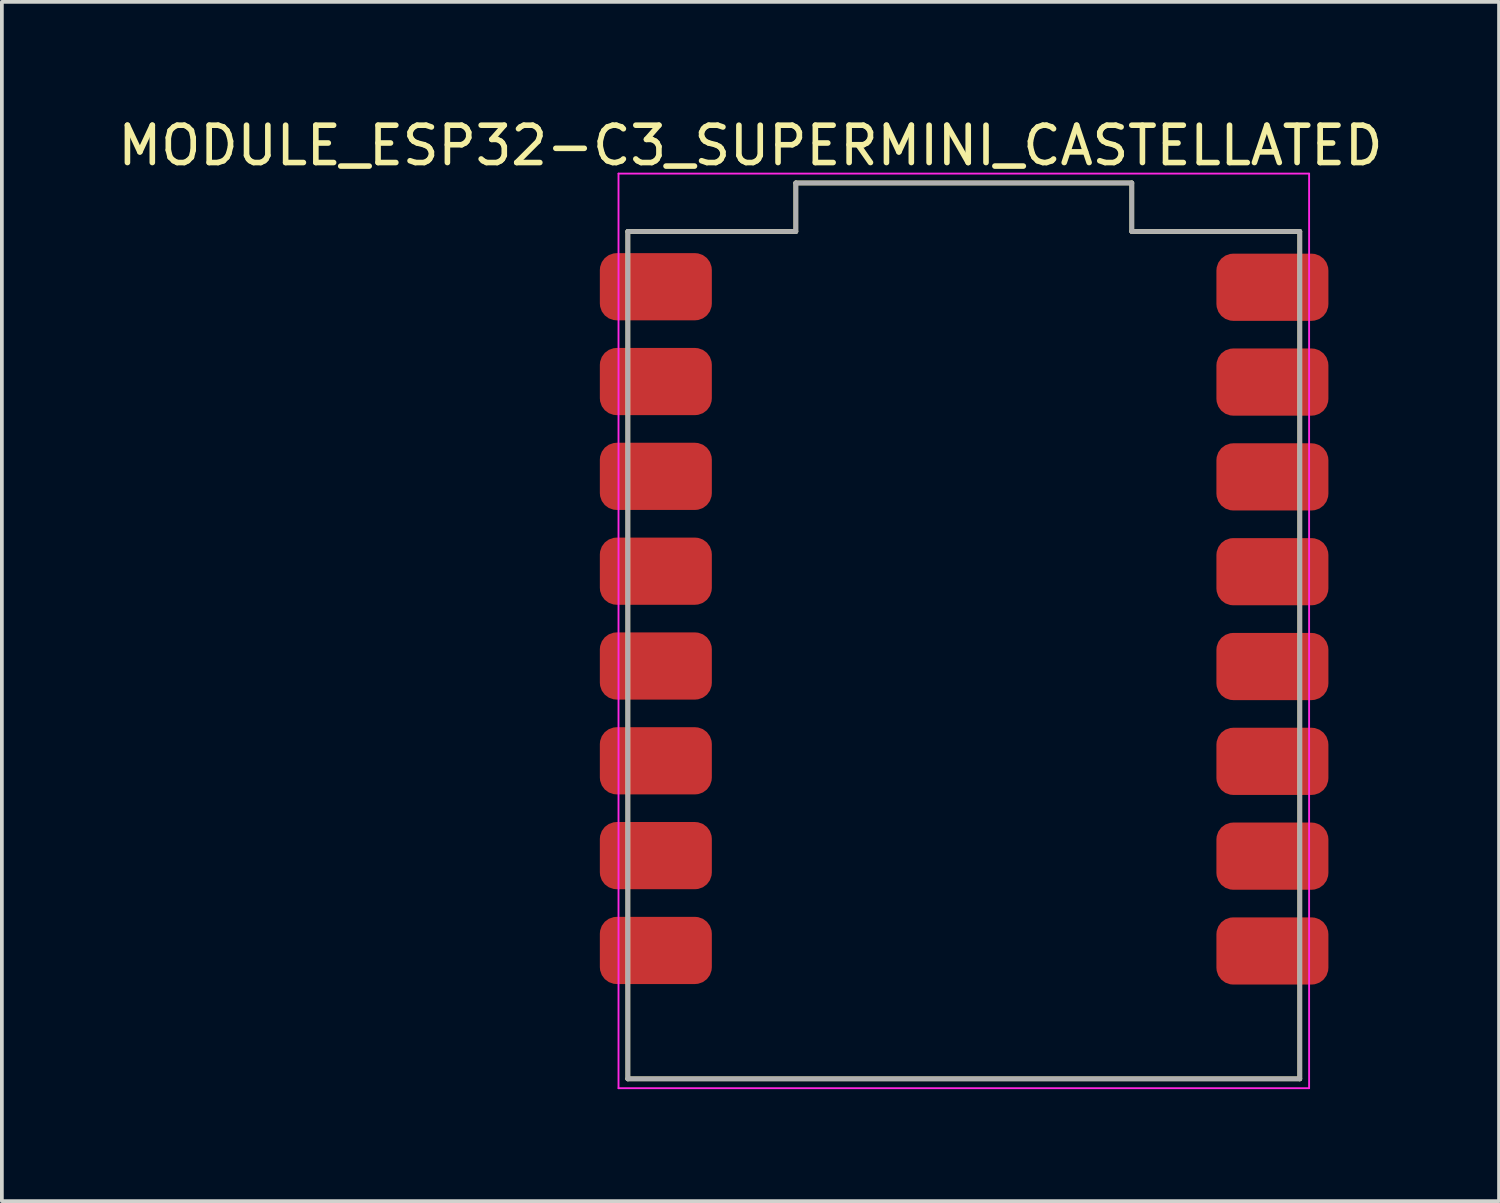
<source format=kicad_pcb>
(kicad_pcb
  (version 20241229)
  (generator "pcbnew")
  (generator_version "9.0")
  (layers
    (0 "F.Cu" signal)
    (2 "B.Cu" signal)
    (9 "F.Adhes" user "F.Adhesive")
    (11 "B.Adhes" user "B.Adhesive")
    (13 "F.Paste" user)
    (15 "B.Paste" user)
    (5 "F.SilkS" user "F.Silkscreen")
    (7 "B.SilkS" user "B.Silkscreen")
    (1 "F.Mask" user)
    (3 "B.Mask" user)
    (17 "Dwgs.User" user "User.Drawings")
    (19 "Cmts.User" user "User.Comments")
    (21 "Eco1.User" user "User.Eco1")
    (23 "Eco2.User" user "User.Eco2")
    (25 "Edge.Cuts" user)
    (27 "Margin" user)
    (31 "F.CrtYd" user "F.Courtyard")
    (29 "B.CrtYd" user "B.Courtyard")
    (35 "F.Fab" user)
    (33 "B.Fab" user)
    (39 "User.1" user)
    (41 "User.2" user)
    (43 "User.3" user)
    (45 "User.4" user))
  (footprint "MODULE_ESP32-C3_SUPERMINI_CASTELLATED"
    (layer "F.Cu")
    (at 22.769 14.501)
    (property "Reference" "MODULE_ESP32-C3_SUPERMINI_CASTELLATED" (at -5.715 -13.652 0) (layer "F.SilkS") (effects (font (size 1 1) (thickness 0.15))))
    (attr through_hole)
    (fp_line (start -9 11.35) (end -9 -11.35) (stroke (width 0.127) (type solid)) (layer "F.SilkS"))
    (fp_line (start -4.5 -12.65) (end -4.5 -11.35) (stroke (width 0.127) (type solid)) (layer "F.SilkS"))
    (fp_line (start -4.5 -11.35) (end -9 -11.35) (stroke (width 0.127) (type solid)) (layer "F.SilkS"))
    (fp_line (start 4.5 -12.65) (end -4.5 -12.65) (stroke (width 0.127) (type solid)) (layer "F.SilkS"))
    (fp_line (start 4.5 -12.65) (end 4.5 -11.35) (stroke (width 0.127) (type solid)) (layer "F.SilkS"))
    (fp_line (start 9 -11.35) (end 4.5 -11.35) (stroke (width 0.127) (type solid)) (layer "F.SilkS"))
    (fp_line (start 9 11.35) (end -9 11.35) (stroke (width 0.127) (type solid)) (layer "F.SilkS"))
    (fp_line (start 9 11.35) (end 9 -11.35) (stroke (width 0.127) (type solid)) (layer "F.SilkS"))
    (fp_line (start -9.25 -12.9) (end 9.25 -12.9) (stroke (width 0.05) (type solid)) (layer "F.CrtYd"))
    (fp_line (start -9.25 11.6) (end -9.25 -12.9) (stroke (width 0.05) (type solid)) (layer "F.CrtYd"))
    (fp_line (start 9.25 -12.9) (end 9.25 11.6) (stroke (width 0.05) (type solid)) (layer "F.CrtYd"))
    (fp_line (start 9.25 11.6) (end -9.25 11.6) (stroke (width 0.05) (type solid)) (layer "F.CrtYd"))
    (fp_line (start -9 11.35) (end -9 -11.35) (stroke (width 0.127) (type solid)) (layer "F.Fab"))
    (fp_line (start -4.5 -12.65) (end -4.5 -11.35) (stroke (width 0.127) (type solid)) (layer "F.Fab"))
    (fp_line (start -4.5 -11.35) (end -9 -11.35) (stroke (width 0.127) (type solid)) (layer "F.Fab"))
    (fp_line (start 4.5 -12.65) (end -4.5 -12.65) (stroke (width 0.127) (type solid)) (layer "F.Fab"))
    (fp_line (start 4.5 -12.65) (end 4.5 -11.35) (stroke (width 0.127) (type solid)) (layer "F.Fab"))
    (fp_line (start 9 -11.35) (end 4.5 -11.35) (stroke (width 0.127) (type solid)) (layer "F.Fab"))
    (fp_line (start 9 11.35) (end -9 11.35) (stroke (width 0.127) (type solid)) (layer "F.Fab"))
    (fp_line (start 9 11.35) (end 9 -11.35) (stroke (width 0.127) (type solid)) (layer "F.Fab"))
    (pad "0" smd roundrect (at 8.267 7.924) (size 3 1.8) (layers "F.Cu" "F.Mask" "F.Paste") (roundrect_rratio 0.25))
    (pad "1" smd roundrect (at 8.267 5.384) (size 3 1.8) (layers "F.Cu" "F.Mask" "F.Paste") (roundrect_rratio 0.25))
    (pad "2" smd roundrect (at 8.267 2.844) (size 3 1.8) (layers "F.Cu" "F.Mask" "F.Paste") (roundrect_rratio 0.25))
    (pad "3" smd roundrect (at 8.267 0.304) (size 3 1.8) (layers "F.Cu" "F.Mask" "F.Paste") (roundrect_rratio 0.25))
    (pad "3V3" smd roundrect (at 8.267 -4.776) (size 3 1.8) (layers "F.Cu" "F.Mask" "F.Paste") (roundrect_rratio 0.25))
    (pad "4" smd roundrect (at 8.267 -2.236) (size 3 1.8) (layers "F.Cu" "F.Mask" "F.Paste") (roundrect_rratio 0.25))
    (pad "5" smd roundrect (at -8.25 -9.87) (size 3 1.8) (layers "F.Cu" "F.Mask" "F.Paste") (roundrect_rratio 0.25))
    (pad "5V" smd roundrect (at 8.267 -9.856) (size 3 1.8) (layers "F.Cu" "F.Mask" "F.Paste") (roundrect_rratio 0.25))
    (pad "6" smd roundrect (at -8.25 -7.33) (size 3 1.8) (layers "F.Cu" "F.Mask" "F.Paste") (roundrect_rratio 0.25))
    (pad "7" smd roundrect (at -8.25 -4.79) (size 3 1.8) (layers "F.Cu" "F.Mask" "F.Paste") (roundrect_rratio 0.25))
    (pad "8" smd roundrect (at -8.25 -2.25) (size 3 1.8) (layers "F.Cu" "F.Mask" "F.Paste") (roundrect_rratio 0.25))
    (pad "9" smd roundrect (at -8.25 0.29) (size 3 1.8) (layers "F.Cu" "F.Mask" "F.Paste") (roundrect_rratio 0.25))
    (pad "10" smd roundrect (at -8.25 2.83) (size 3 1.8) (layers "F.Cu" "F.Mask" "F.Paste") (roundrect_rratio 0.25))
    (pad "20" smd roundrect (at -8.25 5.37) (size 3 1.8) (layers "F.Cu" "F.Mask" "F.Paste") (roundrect_rratio 0.25))
    (pad "21" smd roundrect (at -8.25 7.91) (size 3 1.8) (layers "F.Cu" "F.Mask" "F.Paste") (roundrect_rratio 0.25))
    (pad "GND" smd roundrect (at 8.267 -7.316) (size 3 1.8) (layers "F.Cu" "F.Mask" "F.Paste") (roundrect_rratio 0.25)))
  (gr_rect
    (start -3 -3)
    (end 37.107 29.126)
    (stroke (width 0.1) (type default))
    (fill no)
    (layer "Edge.Cuts")))
</source>
